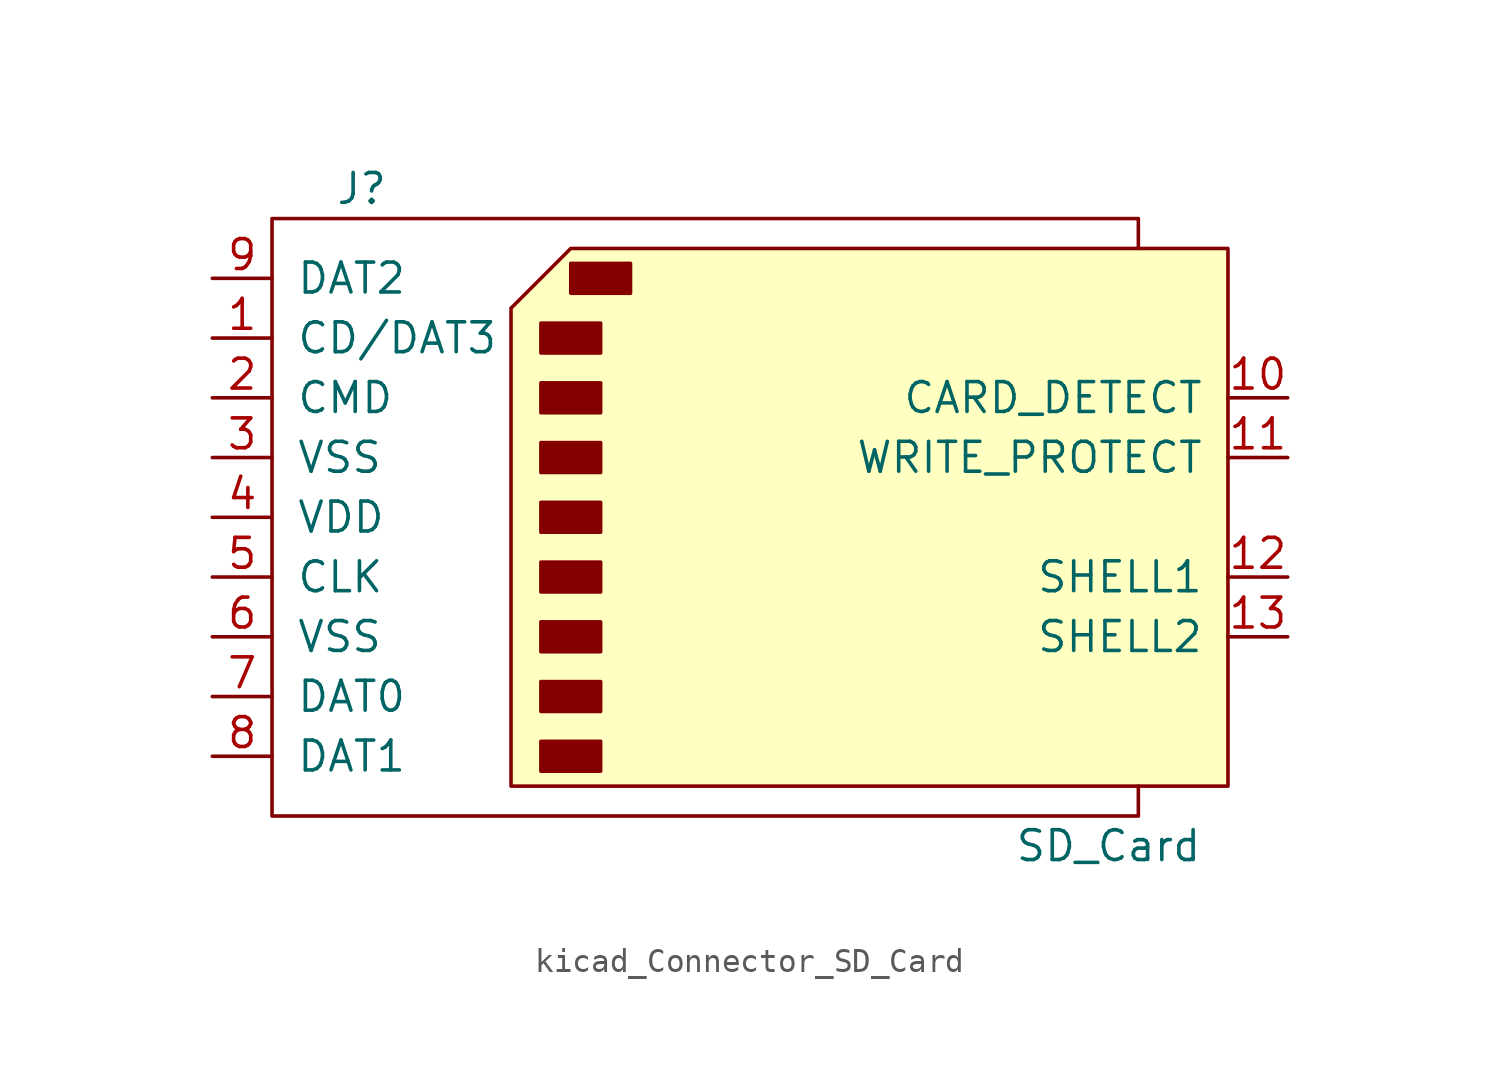
<source format=kicad_sym>
(kicad_symbol_lib
  (version 20220914)
  (generator kicad_symbol_editor)
  (symbol "kicad_Connector_SD_Card"
    (pin_names
      (offset 1.016))
    (property "Reference" "J"
      (at -16.51 13.97 0)
      (effects (font (size 1.27 1.27))))
    (property "Value" "SD_Card"
      (at 15.24 -13.97 0)
      (effects (font (size 1.27 1.27))))
    (symbol "kicad_Connector_SD_Card_0_1"
      (rectangle (start -8.89 -9.525) (end -6.35 -10.795) (stroke (width 0) (type default)) (fill (type outline)))
      (rectangle (start -8.89 -6.985) (end -6.35 -8.255) (stroke (width 0) (type default)) (fill (type outline)))
      (rectangle (start -8.89 -4.445) (end -6.35 -5.715) (stroke (width 0) (type default)) (fill (type outline)))
      (rectangle (start -8.89 -1.905) (end -6.35 -3.175) (stroke (width 0) (type default)) (fill (type outline)))
      (rectangle (start -8.89 0.635) (end -6.35 -0.635) (stroke (width 0) (type default)) (fill (type outline)))
      (rectangle (start -8.89 3.175) (end -6.35 1.905) (stroke (width 0) (type default)) (fill (type outline)))
      (rectangle (start -8.89 5.715) (end -6.35 4.445) (stroke (width 0) (type default)) (fill (type outline)))
      (rectangle (start -8.89 8.255) (end -6.35 6.985) (stroke (width 0) (type default)) (fill (type outline)))
      (rectangle (start -7.62 10.795) (end -5.08 9.525) (stroke (width 0) (type default)) (fill (type outline)))
      (polyline (pts (xy -10.16 8.89) (xy -7.62 11.43) (xy 20.32 11.43) (xy 20.32 -11.43) (xy -10.16 -11.43) (xy -10.16 8.89)) (stroke (width 0) (type default)) (fill (type background)))
      (polyline (pts (xy 16.51 11.43) (xy 16.51 12.7) (xy -20.32 12.7) (xy -20.32 -12.7) (xy 16.51 -12.7) (xy 16.51 -11.43)) (stroke (width 0) (type default)) (fill (type none))))
    (symbol "kicad_Connector_SD_Card_1_1"
      (pin input line (at -22.86 7.62 0) (length 2.54) (name "CD/DAT3" (effects (font (size 1.27 1.27)))) (number "1" (effects (font (size 1.27 1.27)))))
      (pin input line (at 22.86 5.08 180) (length 2.54) (name "CARD_DETECT" (effects (font (size 1.27 1.27)))) (number "10" (effects (font (size 1.27 1.27)))))
      (pin input line (at 22.86 2.54 180) (length 2.54) (name "WRITE_PROTECT" (effects (font (size 1.27 1.27)))) (number "11" (effects (font (size 1.27 1.27)))))
      (pin input line (at 22.86 -2.54 180) (length 2.54) (name "SHELL1" (effects (font (size 1.27 1.27)))) (number "12" (effects (font (size 1.27 1.27)))))
      (pin input line (at 22.86 -5.08 180) (length 2.54) (name "SHELL2" (effects (font (size 1.27 1.27)))) (number "13" (effects (font (size 1.27 1.27)))))
      (pin input line (at -22.86 5.08 0) (length 2.54) (name "CMD" (effects (font (size 1.27 1.27)))) (number "2" (effects (font (size 1.27 1.27)))))
      (pin power_in line (at -22.86 2.54 0) (length 2.54) (name "VSS" (effects (font (size 1.27 1.27)))) (number "3" (effects (font (size 1.27 1.27)))))
      (pin power_in line (at -22.86 0 0) (length 2.54) (name "VDD" (effects (font (size 1.27 1.27)))) (number "4" (effects (font (size 1.27 1.27)))))
      (pin input line (at -22.86 -2.54 0) (length 2.54) (name "CLK" (effects (font (size 1.27 1.27)))) (number "5" (effects (font (size 1.27 1.27)))))
      (pin power_in line (at -22.86 -5.08 0) (length 2.54) (name "VSS" (effects (font (size 1.27 1.27)))) (number "6" (effects (font (size 1.27 1.27)))))
      (pin input line (at -22.86 -7.62 0) (length 2.54) (name "DAT0" (effects (font (size 1.27 1.27)))) (number "7" (effects (font (size 1.27 1.27)))))
      (pin input line (at -22.86 -10.16 0) (length 2.54) (name "DAT1" (effects (font (size 1.27 1.27)))) (number "8" (effects (font (size 1.27 1.27)))))
      (pin input line (at -22.86 10.16 0) (length 2.54) (name "DAT2" (effects (font (size 1.27 1.27)))) (number "9" (effects (font (size 1.27 1.27))))))))
</source>
